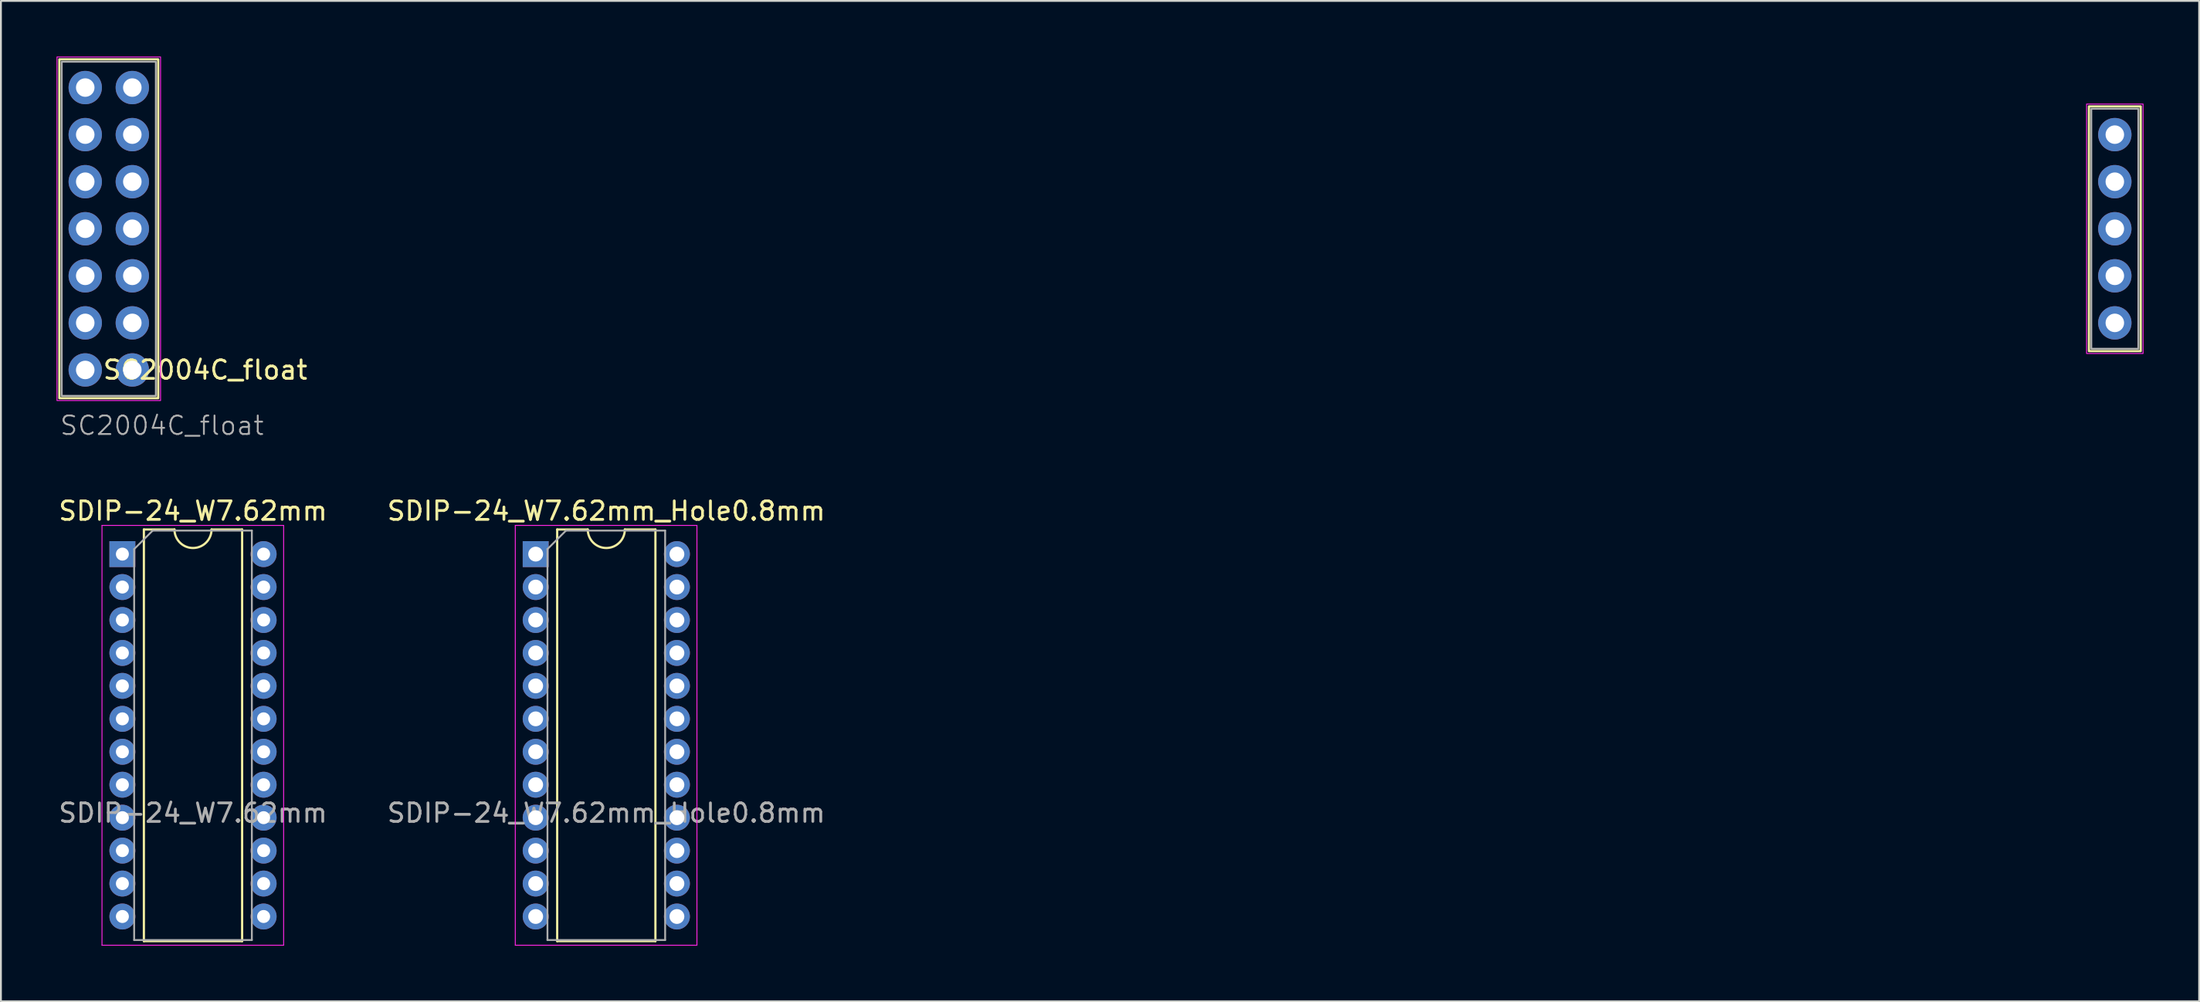
<source format=kicad_pcb>
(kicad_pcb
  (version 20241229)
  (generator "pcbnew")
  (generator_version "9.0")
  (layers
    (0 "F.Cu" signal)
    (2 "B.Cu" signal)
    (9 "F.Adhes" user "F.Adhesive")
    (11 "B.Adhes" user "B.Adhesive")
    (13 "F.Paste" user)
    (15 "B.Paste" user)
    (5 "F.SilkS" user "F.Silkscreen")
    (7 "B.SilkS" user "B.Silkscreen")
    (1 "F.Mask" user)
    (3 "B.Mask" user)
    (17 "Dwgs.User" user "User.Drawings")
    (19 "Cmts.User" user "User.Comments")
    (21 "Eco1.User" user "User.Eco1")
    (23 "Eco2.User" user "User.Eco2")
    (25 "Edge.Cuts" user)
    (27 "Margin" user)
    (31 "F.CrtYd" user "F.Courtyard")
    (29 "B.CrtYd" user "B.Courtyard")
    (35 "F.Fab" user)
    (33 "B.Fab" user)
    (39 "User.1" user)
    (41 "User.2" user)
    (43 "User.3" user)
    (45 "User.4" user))
  (footprint "SDIP-24_W7.62mm"
    (layer "F.Cu")
    (at 3.553 26.855)
    (property "Reference" "SDIP-24_W7.62mm" (at 3.81 -2.33 0) (layer "F.SilkS") (effects (font (size 1 1) (thickness 0.15))))
    (attr through_hole)
    (fp_line (start 1.16 -1.33) (end 1.16 20.888) (stroke (width 0.12) (type solid)) (layer "F.SilkS"))
    (fp_line (start 1.16 20.888) (end 6.46 20.888) (stroke (width 0.12) (type solid)) (layer "F.SilkS"))
    (fp_line (start 2.81 -1.33) (end 1.16 -1.33) (stroke (width 0.12) (type solid)) (layer "F.SilkS"))
    (fp_line (start 6.46 -1.33) (end 4.81 -1.33) (stroke (width 0.12) (type solid)) (layer "F.SilkS"))
    (fp_line (start 6.46 20.888) (end 6.46 -1.33) (stroke (width 0.12) (type solid)) (layer "F.SilkS"))
    (fp_arc (start 4.81 -1.33) (mid 3.81 -0.33) (end 2.81 -1.33) (stroke (width 0.12) (type solid)) (layer "F.SilkS"))
    (fp_line (start -1.1 -1.55) (end -1.1 21.108) (stroke (width 0.05) (type solid)) (layer "F.CrtYd"))
    (fp_line (start -1.1 21.108) (end 8.7 21.108) (stroke (width 0.05) (type solid)) (layer "F.CrtYd"))
    (fp_line (start 8.7 -1.55) (end -1.1 -1.55) (stroke (width 0.05) (type solid)) (layer "F.CrtYd"))
    (fp_line (start 8.7 21.108) (end 8.7 -1.55) (stroke (width 0.05) (type solid)) (layer "F.CrtYd"))
    (fp_line (start 0.635 -0.27) (end 1.635 -1.27) (stroke (width 0.1) (type solid)) (layer "F.Fab"))
    (fp_line (start 0.635 20.828) (end 0.635 -0.27) (stroke (width 0.1) (type solid)) (layer "F.Fab"))
    (fp_line (start 1.635 -1.27) (end 6.985 -1.27) (stroke (width 0.1) (type solid)) (layer "F.Fab"))
    (fp_line (start 6.985 -1.27) (end 6.985 20.828) (stroke (width 0.1) (type solid)) (layer "F.Fab"))
    (fp_line (start 6.985 20.828) (end 0.635 20.828) (stroke (width 0.1) (type solid)) (layer "F.Fab"))
    (fp_text user "${REFERENCE}" (at 3.81 13.97 0) (layer "F.Fab") (effects (font (size 1 1) (thickness 0.15))))
    (pad "1" thru_hole rect (at 0 0) (size 1.4 1.4) (drill 0.7) (layers "*.Cu" "*.Mask"))
    (pad "2" thru_hole oval (at 0 1.778) (size 1.4 1.4) (drill 0.7) (layers "*.Cu" "*.Mask"))
    (pad "3" thru_hole oval (at 0 3.556) (size 1.4 1.4) (drill 0.7) (layers "*.Cu" "*.Mask"))
    (pad "4" thru_hole oval (at 0 5.334) (size 1.4 1.4) (drill 0.7) (layers "*.Cu" "*.Mask"))
    (pad "5" thru_hole oval (at 0 7.112) (size 1.4 1.4) (drill 0.7) (layers "*.Cu" "*.Mask"))
    (pad "6" thru_hole oval (at 0 8.89) (size 1.4 1.4) (drill 0.7) (layers "*.Cu" "*.Mask"))
    (pad "7" thru_hole oval (at 0 10.668) (size 1.4 1.4) (drill 0.7) (layers "*.Cu" "*.Mask"))
    (pad "8" thru_hole oval (at 0 12.446) (size 1.4 1.4) (drill 0.7) (layers "*.Cu" "*.Mask"))
    (pad "9" thru_hole oval (at 0 14.224) (size 1.4 1.4) (drill 0.7) (layers "*.Cu" "*.Mask"))
    (pad "10" thru_hole oval (at 0 16.002) (size 1.4 1.4) (drill 0.7) (layers "*.Cu" "*.Mask"))
    (pad "11" thru_hole oval (at 0 17.78) (size 1.4 1.4) (drill 0.7) (layers "*.Cu" "*.Mask"))
    (pad "12" thru_hole oval (at 0 19.558) (size 1.4 1.4) (drill 0.7) (layers "*.Cu" "*.Mask"))
    (pad "13" thru_hole oval (at 7.62 19.558) (size 1.4 1.4) (drill 0.7) (layers "*.Cu" "*.Mask"))
    (pad "14" thru_hole oval (at 7.62 17.78) (size 1.4 1.4) (drill 0.7) (layers "*.Cu" "*.Mask"))
    (pad "15" thru_hole oval (at 7.62 16.002) (size 1.4 1.4) (drill 0.7) (layers "*.Cu" "*.Mask"))
    (pad "16" thru_hole oval (at 7.62 14.224) (size 1.4 1.4) (drill 0.7) (layers "*.Cu" "*.Mask"))
    (pad "17" thru_hole oval (at 7.62 12.446) (size 1.4 1.4) (drill 0.7) (layers "*.Cu" "*.Mask"))
    (pad "18" thru_hole oval (at 7.62 10.668) (size 1.4 1.4) (drill 0.7) (layers "*.Cu" "*.Mask"))
    (pad "19" thru_hole oval (at 7.62 8.89) (size 1.4 1.4) (drill 0.7) (layers "*.Cu" "*.Mask"))
    (pad "20" thru_hole oval (at 7.62 7.112) (size 1.4 1.4) (drill 0.7) (layers "*.Cu" "*.Mask"))
    (pad "21" thru_hole oval (at 7.62 5.334) (size 1.4 1.4) (drill 0.7) (layers "*.Cu" "*.Mask"))
    (pad "22" thru_hole oval (at 7.62 3.556) (size 1.4 1.4) (drill 0.7) (layers "*.Cu" "*.Mask"))
    (pad "23" thru_hole oval (at 7.62 1.778) (size 1.4 1.4) (drill 0.7) (layers "*.Cu" "*.Mask"))
    (pad "24" thru_hole oval (at 7.62 0) (size 1.4 1.4) (drill 0.7) (layers "*.Cu" "*.Mask")))
  (footprint "SDIP-24_W7.62mm_Hole0.8mm"
    (layer "F.Cu")
    (at 25.851 26.855)
    (property "Reference" "SDIP-24_W7.62mm_Hole0.8mm" (at 3.81 -2.33 0) (layer "F.SilkS") (effects (font (size 1 1) (thickness 0.15))))
    (attr through_hole)
    (fp_line (start 1.16 -1.33) (end 1.16 20.888) (stroke (width 0.12) (type solid)) (layer "F.SilkS"))
    (fp_line (start 1.16 20.888) (end 6.46 20.888) (stroke (width 0.12) (type solid)) (layer "F.SilkS"))
    (fp_line (start 2.81 -1.33) (end 1.16 -1.33) (stroke (width 0.12) (type solid)) (layer "F.SilkS"))
    (fp_line (start 6.46 -1.33) (end 4.81 -1.33) (stroke (width 0.12) (type solid)) (layer "F.SilkS"))
    (fp_line (start 6.46 20.888) (end 6.46 -1.33) (stroke (width 0.12) (type solid)) (layer "F.SilkS"))
    (fp_arc (start 4.81 -1.33) (mid 3.81 -0.33) (end 2.81 -1.33) (stroke (width 0.12) (type solid)) (layer "F.SilkS"))
    (fp_line (start -1.1 -1.55) (end -1.1 21.108) (stroke (width 0.05) (type solid)) (layer "F.CrtYd"))
    (fp_line (start -1.1 21.108) (end 8.7 21.108) (stroke (width 0.05) (type solid)) (layer "F.CrtYd"))
    (fp_line (start 8.7 -1.55) (end -1.1 -1.55) (stroke (width 0.05) (type solid)) (layer "F.CrtYd"))
    (fp_line (start 8.7 21.108) (end 8.7 -1.55) (stroke (width 0.05) (type solid)) (layer "F.CrtYd"))
    (fp_line (start 0.635 -0.27) (end 1.635 -1.27) (stroke (width 0.1) (type solid)) (layer "F.Fab"))
    (fp_line (start 0.635 20.828) (end 0.635 -0.27) (stroke (width 0.1) (type solid)) (layer "F.Fab"))
    (fp_line (start 1.635 -1.27) (end 6.985 -1.27) (stroke (width 0.1) (type solid)) (layer "F.Fab"))
    (fp_line (start 6.985 -1.27) (end 6.985 20.828) (stroke (width 0.1) (type solid)) (layer "F.Fab"))
    (fp_line (start 6.985 20.828) (end 0.635 20.828) (stroke (width 0.1) (type solid)) (layer "F.Fab"))
    (fp_text user "${REFERENCE}" (at 3.81 13.97 0) (layer "F.Fab") (effects (font (size 1 1) (thickness 0.15))))
    (pad "1" thru_hole rect (at 0 0) (size 1.4 1.4) (drill 0.8) (layers "*.Cu" "*.Mask"))
    (pad "2" thru_hole oval (at 0 1.778) (size 1.4 1.4) (drill 0.8) (layers "*.Cu" "*.Mask"))
    (pad "3" thru_hole oval (at 0 3.556) (size 1.4 1.4) (drill 0.8) (layers "*.Cu" "*.Mask"))
    (pad "4" thru_hole oval (at 0 5.334) (size 1.4 1.4) (drill 0.8) (layers "*.Cu" "*.Mask"))
    (pad "5" thru_hole oval (at 0 7.112) (size 1.4 1.4) (drill 0.8) (layers "*.Cu" "*.Mask"))
    (pad "6" thru_hole oval (at 0 8.89) (size 1.4 1.4) (drill 0.8) (layers "*.Cu" "*.Mask"))
    (pad "7" thru_hole oval (at 0 10.668) (size 1.4 1.4) (drill 0.8) (layers "*.Cu" "*.Mask"))
    (pad "8" thru_hole oval (at 0 12.446) (size 1.4 1.4) (drill 0.8) (layers "*.Cu" "*.Mask"))
    (pad "9" thru_hole oval (at 0 14.224) (size 1.4 1.4) (drill 0.8) (layers "*.Cu" "*.Mask"))
    (pad "10" thru_hole oval (at 0 16.002) (size 1.4 1.4) (drill 0.8) (layers "*.Cu" "*.Mask"))
    (pad "11" thru_hole oval (at 0 17.78) (size 1.4 1.4) (drill 0.8) (layers "*.Cu" "*.Mask"))
    (pad "12" thru_hole oval (at 0 19.558) (size 1.4 1.4) (drill 0.8) (layers "*.Cu" "*.Mask"))
    (pad "13" thru_hole oval (at 7.62 19.558) (size 1.4 1.4) (drill 0.8) (layers "*.Cu" "*.Mask"))
    (pad "14" thru_hole oval (at 7.62 17.78) (size 1.4 1.4) (drill 0.8) (layers "*.Cu" "*.Mask"))
    (pad "15" thru_hole oval (at 7.62 16.002) (size 1.4 1.4) (drill 0.8) (layers "*.Cu" "*.Mask"))
    (pad "16" thru_hole oval (at 7.62 14.224) (size 1.4 1.4) (drill 0.8) (layers "*.Cu" "*.Mask"))
    (pad "17" thru_hole oval (at 7.62 12.446) (size 1.4 1.4) (drill 0.8) (layers "*.Cu" "*.Mask"))
    (pad "18" thru_hole oval (at 7.62 10.668) (size 1.4 1.4) (drill 0.8) (layers "*.Cu" "*.Mask"))
    (pad "19" thru_hole oval (at 7.62 8.89) (size 1.4 1.4) (drill 0.8) (layers "*.Cu" "*.Mask"))
    (pad "20" thru_hole oval (at 7.62 7.112) (size 1.4 1.4) (drill 0.8) (layers "*.Cu" "*.Mask"))
    (pad "21" thru_hole oval (at 7.62 5.334) (size 1.4 1.4) (drill 0.8) (layers "*.Cu" "*.Mask"))
    (pad "22" thru_hole oval (at 7.62 3.556) (size 1.4 1.4) (drill 0.8) (layers "*.Cu" "*.Mask"))
    (pad "23" thru_hole oval (at 7.62 1.778) (size 1.4 1.4) (drill 0.8) (layers "*.Cu" "*.Mask"))
    (pad "24" thru_hole oval (at 7.62 0) (size 1.4 1.4) (drill 0.8) (layers "*.Cu" "*.Mask")))
  (footprint "SC2004C_float"
    (layer "F.Cu")
    (at 4.089 16.916)
    (property "Reference" "SC2004C_float" (at 3.937 0 0) (layer "F.SilkS") (effects (font (size 1 1) (thickness 0.15))))
    (attr through_hole)
    (fp_rect (start -3.937 -16.764) (end 1.397 1.524) (stroke (width 0.12) (type default)) (fill no) (layer "F.SilkS"))
    (fp_rect (start 105.563 -14.224) (end 108.357 -1.016) (stroke (width 0.12) (type default)) (fill no) (layer "F.SilkS"))
    (fp_rect (start -4.064 -16.891) (end 1.524 1.651) (stroke (width 0.05) (type default)) (fill no) (layer "F.CrtYd"))
    (fp_rect (start 105.436 -14.351) (end 108.484 -0.889) (stroke (width 0.05) (type default)) (fill no) (layer "F.CrtYd"))
    (fp_rect (start -3.81 -16.637) (end 1.27 1.397) (stroke (width 0.1) (type default)) (fill no) (layer "F.Fab"))
    (fp_rect (start 105.69 -14.097) (end 108.23 -1.143) (stroke (width 0.1) (type default)) (fill no) (layer "F.Fab"))
    (fp_text user "${REFERENCE}" (at 1.6 3 0) (layer "F.Fab") (effects (font (size 1 1) (thickness 0.1))))
    (pad "" thru_hole circle (at 106.96 -7.62) (size 1.8 1.8) (drill 1) (layers "*.Cu" "*.Mask"))
    (pad "1" thru_hole circle (at 0 0) (size 1.8 1.8) (drill 1) (layers "*.Cu" "*.Mask"))
    (pad "2" thru_hole circle (at -2.54 0) (size 1.8 1.8) (drill 1) (layers "*.Cu" "*.Mask"))
    (pad "3" thru_hole circle (at 0 -2.54) (size 1.8 1.8) (drill 1) (layers "*.Cu" "*.Mask"))
    (pad "4" thru_hole circle (at -2.54 -2.54) (size 1.8 1.8) (drill 1) (layers "*.Cu" "*.Mask"))
    (pad "5" thru_hole circle (at 0 -5.08) (size 1.8 1.8) (drill 1) (layers "*.Cu" "*.Mask"))
    (pad "6" thru_hole circle (at -2.54 -5.08) (size 1.8 1.8) (drill 1) (layers "*.Cu" "*.Mask"))
    (pad "7" thru_hole circle (at 0 -7.62) (size 1.8 1.8) (drill 1) (layers "*.Cu" "*.Mask"))
    (pad "8" thru_hole circle (at -2.54 -7.62) (size 1.8 1.8) (drill 1) (layers "*.Cu" "*.Mask"))
    (pad "9" thru_hole circle (at 0 -10.16) (size 1.8 1.8) (drill 1) (layers "*.Cu" "*.Mask"))
    (pad "10" thru_hole circle (at -2.54 -10.16) (size 1.8 1.8) (drill 1) (layers "*.Cu" "*.Mask"))
    (pad "11" thru_hole circle (at 0 -12.7) (size 1.8 1.8) (drill 1) (layers "*.Cu" "*.Mask"))
    (pad "12" thru_hole circle (at -2.54 -12.7) (size 1.8 1.8) (drill 1) (layers "*.Cu" "*.Mask"))
    (pad "13" thru_hole circle (at 0 -15.24) (size 1.8 1.8) (drill 1) (layers "*.Cu" "*.Mask"))
    (pad "14" thru_hole circle (at -2.54 -15.24) (size 1.8 1.8) (drill 1) (layers "*.Cu" "*.Mask"))
    (pad "15" thru_hole circle (at 106.96 -12.7) (size 1.8 1.8) (drill 1) (layers "*.Cu" "*.Mask"))
    (pad "15" thru_hole circle (at 106.96 -10.16) (size 1.8 1.8) (drill 1) (layers "*.Cu" "*.Mask"))
    (pad "16" thru_hole circle (at 106.96 -5.08) (size 1.8 1.8) (drill 1) (layers "*.Cu" "*.Mask"))
    (pad "16" thru_hole circle (at 106.96 -2.54) (size 1.8 1.8) (drill 1) (layers "*.Cu" "*.Mask")))
  (gr_rect
    (start -3 -3)
    (end 115.598 50.988)
    (stroke (width 0.1) (type default))
    (fill no)
    (layer "Edge.Cuts")))
</source>
